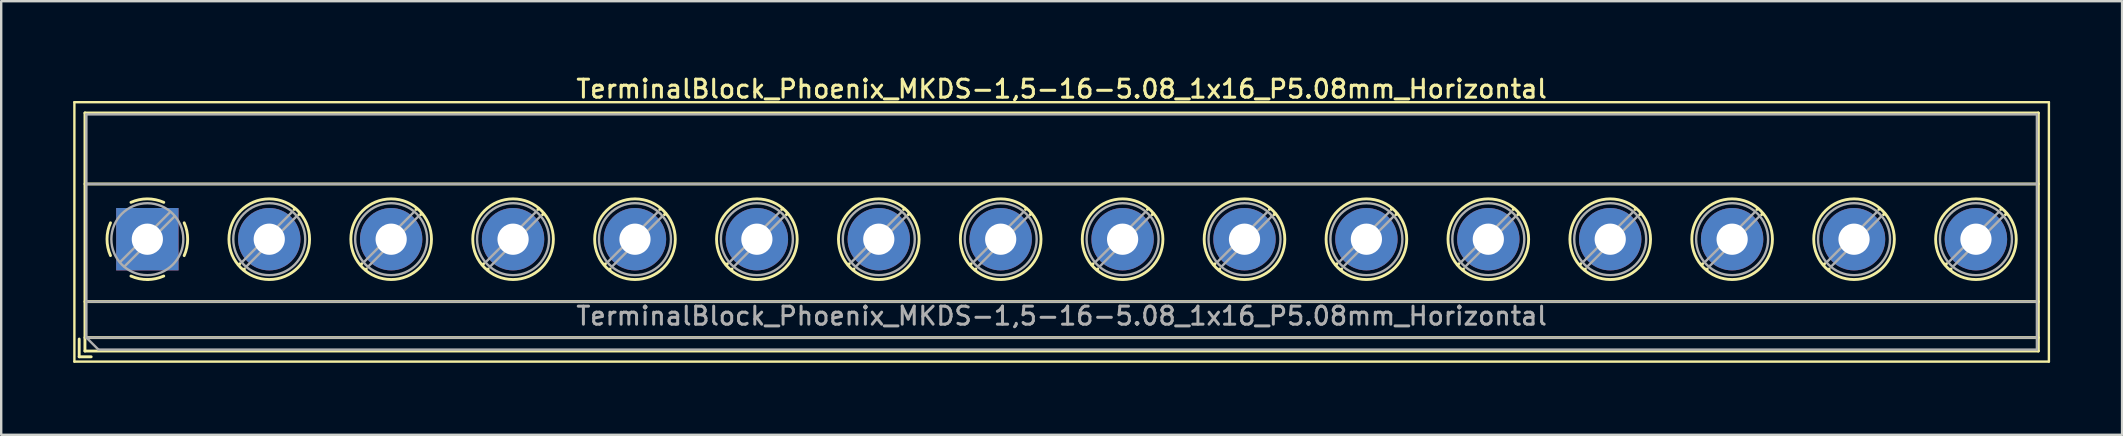
<source format=kicad_pcb>
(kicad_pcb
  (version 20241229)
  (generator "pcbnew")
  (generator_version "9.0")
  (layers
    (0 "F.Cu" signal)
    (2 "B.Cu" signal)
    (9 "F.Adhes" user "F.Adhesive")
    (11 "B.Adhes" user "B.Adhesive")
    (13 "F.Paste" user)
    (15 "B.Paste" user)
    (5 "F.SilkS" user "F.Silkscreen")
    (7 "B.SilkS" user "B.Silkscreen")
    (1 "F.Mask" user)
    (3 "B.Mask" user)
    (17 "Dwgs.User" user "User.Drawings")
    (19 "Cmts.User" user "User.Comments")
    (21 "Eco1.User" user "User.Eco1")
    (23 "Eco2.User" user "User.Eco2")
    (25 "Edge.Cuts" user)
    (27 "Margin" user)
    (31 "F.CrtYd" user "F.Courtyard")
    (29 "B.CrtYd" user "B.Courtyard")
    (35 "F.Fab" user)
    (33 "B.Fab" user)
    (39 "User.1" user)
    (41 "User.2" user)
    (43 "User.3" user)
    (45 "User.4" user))
  (footprint "TerminalBlock_Phoenix_MKDS-1,5-16-5.08_1x16_P5.08mm_Horizontal"
    (layer "F.Cu")
    (at 3.09 6.918)
    (property "Reference" "TerminalBlock_Phoenix_MKDS-1,5-16-5.08_1x16_P5.08mm_Horizontal" (at 38.1 -6.26 0) (layer "F.SilkS") (effects (font (size 0.75 0.75) (thickness 0.125))))
    (attr through_hole)
    (fp_line (start -3.04 -5.71) (end -3.04 5.1) (stroke (width 0.1) (type solid)) (layer "F.SilkS"))
    (fp_line (start -3.04 5.1) (end 79.24 5.1) (stroke (width 0.1) (type solid)) (layer "F.SilkS"))
    (fp_line (start -2.84 4.16) (end -2.84 4.9) (stroke (width 0.12) (type solid)) (layer "F.SilkS"))
    (fp_line (start -2.84 4.9) (end -2.34 4.9) (stroke (width 0.12) (type solid)) (layer "F.SilkS"))
    (fp_line (start -2.6 -5.261) (end -2.6 4.66) (stroke (width 0.12) (type solid)) (layer "F.SilkS"))
    (fp_line (start -2.6 -5.261) (end 78.801 -5.261) (stroke (width 0.12) (type solid)) (layer "F.SilkS"))
    (fp_line (start -2.6 -2.301) (end 78.801 -2.301) (stroke (width 0.12) (type solid)) (layer "F.SilkS"))
    (fp_line (start -2.6 2.6) (end 78.801 2.6) (stroke (width 0.12) (type solid)) (layer "F.SilkS"))
    (fp_line (start -2.6 4.1) (end 78.801 4.1) (stroke (width 0.12) (type solid)) (layer "F.SilkS"))
    (fp_line (start -2.6 4.66) (end 78.801 4.66) (stroke (width 0.12) (type solid)) (layer "F.SilkS"))
    (fp_line (start 3.853 1.023) (end 3.806 1.069) (stroke (width 0.12) (type solid)) (layer "F.SilkS"))
    (fp_line (start 4.046 1.239) (end 4.011 1.274) (stroke (width 0.12) (type solid)) (layer "F.SilkS"))
    (fp_line (start 6.15 -1.275) (end 6.115 -1.239) (stroke (width 0.12) (type solid)) (layer "F.SilkS"))
    (fp_line (start 6.355 -1.069) (end 6.308 -1.023) (stroke (width 0.12) (type solid)) (layer "F.SilkS"))
    (fp_line (start 8.933 1.023) (end 8.886 1.069) (stroke (width 0.12) (type solid)) (layer "F.SilkS"))
    (fp_line (start 9.126 1.239) (end 9.091 1.274) (stroke (width 0.12) (type solid)) (layer "F.SilkS"))
    (fp_line (start 11.23 -1.275) (end 11.195 -1.239) (stroke (width 0.12) (type solid)) (layer "F.SilkS"))
    (fp_line (start 11.435 -1.069) (end 11.388 -1.023) (stroke (width 0.12) (type solid)) (layer "F.SilkS"))
    (fp_line (start 14.013 1.023) (end 13.966 1.069) (stroke (width 0.12) (type solid)) (layer "F.SilkS"))
    (fp_line (start 14.206 1.239) (end 14.171 1.274) (stroke (width 0.12) (type solid)) (layer "F.SilkS"))
    (fp_line (start 16.31 -1.275) (end 16.275 -1.239) (stroke (width 0.12) (type solid)) (layer "F.SilkS"))
    (fp_line (start 16.515 -1.069) (end 16.468 -1.023) (stroke (width 0.12) (type solid)) (layer "F.SilkS"))
    (fp_line (start 19.093 1.023) (end 19.046 1.069) (stroke (width 0.12) (type solid)) (layer "F.SilkS"))
    (fp_line (start 19.286 1.239) (end 19.251 1.274) (stroke (width 0.12) (type solid)) (layer "F.SilkS"))
    (fp_line (start 21.39 -1.275) (end 21.355 -1.239) (stroke (width 0.12) (type solid)) (layer "F.SilkS"))
    (fp_line (start 21.595 -1.069) (end 21.548 -1.023) (stroke (width 0.12) (type solid)) (layer "F.SilkS"))
    (fp_line (start 24.173 1.023) (end 24.126 1.069) (stroke (width 0.12) (type solid)) (layer "F.SilkS"))
    (fp_line (start 24.366 1.239) (end 24.331 1.274) (stroke (width 0.12) (type solid)) (layer "F.SilkS"))
    (fp_line (start 26.47 -1.275) (end 26.435 -1.239) (stroke (width 0.12) (type solid)) (layer "F.SilkS"))
    (fp_line (start 26.675 -1.069) (end 26.628 -1.023) (stroke (width 0.12) (type solid)) (layer "F.SilkS"))
    (fp_line (start 29.253 1.023) (end 29.206 1.069) (stroke (width 0.12) (type solid)) (layer "F.SilkS"))
    (fp_line (start 29.446 1.239) (end 29.411 1.274) (stroke (width 0.12) (type solid)) (layer "F.SilkS"))
    (fp_line (start 31.55 -1.275) (end 31.515 -1.239) (stroke (width 0.12) (type solid)) (layer "F.SilkS"))
    (fp_line (start 31.755 -1.069) (end 31.708 -1.023) (stroke (width 0.12) (type solid)) (layer "F.SilkS"))
    (fp_line (start 34.333 1.023) (end 34.286 1.069) (stroke (width 0.12) (type solid)) (layer "F.SilkS"))
    (fp_line (start 34.526 1.239) (end 34.491 1.274) (stroke (width 0.12) (type solid)) (layer "F.SilkS"))
    (fp_line (start 36.63 -1.275) (end 36.595 -1.239) (stroke (width 0.12) (type solid)) (layer "F.SilkS"))
    (fp_line (start 36.835 -1.069) (end 36.788 -1.023) (stroke (width 0.12) (type solid)) (layer "F.SilkS"))
    (fp_line (start 39.413 1.023) (end 39.366 1.069) (stroke (width 0.12) (type solid)) (layer "F.SilkS"))
    (fp_line (start 39.606 1.239) (end 39.571 1.274) (stroke (width 0.12) (type solid)) (layer "F.SilkS"))
    (fp_line (start 41.71 -1.275) (end 41.675 -1.239) (stroke (width 0.12) (type solid)) (layer "F.SilkS"))
    (fp_line (start 41.915 -1.069) (end 41.868 -1.023) (stroke (width 0.12) (type solid)) (layer "F.SilkS"))
    (fp_line (start 44.493 1.023) (end 44.446 1.069) (stroke (width 0.12) (type solid)) (layer "F.SilkS"))
    (fp_line (start 44.686 1.239) (end 44.651 1.274) (stroke (width 0.12) (type solid)) (layer "F.SilkS"))
    (fp_line (start 46.79 -1.275) (end 46.755 -1.239) (stroke (width 0.12) (type solid)) (layer "F.SilkS"))
    (fp_line (start 46.995 -1.069) (end 46.948 -1.023) (stroke (width 0.12) (type solid)) (layer "F.SilkS"))
    (fp_line (start 49.573 1.023) (end 49.526 1.069) (stroke (width 0.12) (type solid)) (layer "F.SilkS"))
    (fp_line (start 49.766 1.239) (end 49.731 1.274) (stroke (width 0.12) (type solid)) (layer "F.SilkS"))
    (fp_line (start 51.87 -1.275) (end 51.835 -1.239) (stroke (width 0.12) (type solid)) (layer "F.SilkS"))
    (fp_line (start 52.075 -1.069) (end 52.028 -1.023) (stroke (width 0.12) (type solid)) (layer "F.SilkS"))
    (fp_line (start 54.653 1.023) (end 54.606 1.069) (stroke (width 0.12) (type solid)) (layer "F.SilkS"))
    (fp_line (start 54.846 1.239) (end 54.811 1.274) (stroke (width 0.12) (type solid)) (layer "F.SilkS"))
    (fp_line (start 56.95 -1.275) (end 56.915 -1.239) (stroke (width 0.12) (type solid)) (layer "F.SilkS"))
    (fp_line (start 57.155 -1.069) (end 57.108 -1.023) (stroke (width 0.12) (type solid)) (layer "F.SilkS"))
    (fp_line (start 59.733 1.023) (end 59.686 1.069) (stroke (width 0.12) (type solid)) (layer "F.SilkS"))
    (fp_line (start 59.926 1.239) (end 59.891 1.274) (stroke (width 0.12) (type solid)) (layer "F.SilkS"))
    (fp_line (start 62.03 -1.275) (end 61.995 -1.239) (stroke (width 0.12) (type solid)) (layer "F.SilkS"))
    (fp_line (start 62.235 -1.069) (end 62.188 -1.023) (stroke (width 0.12) (type solid)) (layer "F.SilkS"))
    (fp_line (start 64.813 1.023) (end 64.766 1.069) (stroke (width 0.12) (type solid)) (layer "F.SilkS"))
    (fp_line (start 65.006 1.239) (end 64.971 1.274) (stroke (width 0.12) (type solid)) (layer "F.SilkS"))
    (fp_line (start 67.11 -1.275) (end 67.075 -1.239) (stroke (width 0.12) (type solid)) (layer "F.SilkS"))
    (fp_line (start 67.315 -1.069) (end 67.268 -1.023) (stroke (width 0.12) (type solid)) (layer "F.SilkS"))
    (fp_line (start 69.893 1.023) (end 69.846 1.069) (stroke (width 0.12) (type solid)) (layer "F.SilkS"))
    (fp_line (start 70.086 1.239) (end 70.051 1.274) (stroke (width 0.12) (type solid)) (layer "F.SilkS"))
    (fp_line (start 72.19 -1.275) (end 72.155 -1.239) (stroke (width 0.12) (type solid)) (layer "F.SilkS"))
    (fp_line (start 72.395 -1.069) (end 72.348 -1.023) (stroke (width 0.12) (type solid)) (layer "F.SilkS"))
    (fp_line (start 74.973 1.023) (end 74.926 1.069) (stroke (width 0.12) (type solid)) (layer "F.SilkS"))
    (fp_line (start 75.166 1.239) (end 75.131 1.274) (stroke (width 0.12) (type solid)) (layer "F.SilkS"))
    (fp_line (start 77.27 -1.275) (end 77.235 -1.239) (stroke (width 0.12) (type solid)) (layer "F.SilkS"))
    (fp_line (start 77.475 -1.069) (end 77.428 -1.023) (stroke (width 0.12) (type solid)) (layer "F.SilkS"))
    (fp_line (start 78.801 -5.261) (end 78.801 4.66) (stroke (width 0.12) (type solid)) (layer "F.SilkS"))
    (fp_line (start 79.24 -5.71) (end -3.04 -5.71) (stroke (width 0.1) (type solid)) (layer "F.SilkS"))
    (fp_line (start 79.24 5.1) (end 79.24 -5.71) (stroke (width 0.1) (type solid)) (layer "F.SilkS"))
    (fp_arc (start -1.535427 0.683042) (mid -1.680501 -0.000524) (end -1.535 -0.684) (stroke (width 0.12) (type solid)) (layer "F.SilkS"))
    (fp_arc (start -0.683042 -1.535427) (mid 0.000524 -1.680501) (end 0.684 -1.535) (stroke (width 0.12) (type solid)) (layer "F.SilkS"))
    (fp_arc (start 0.028805 1.680253) (mid -0.335551 1.646659) (end -0.684 1.535) (stroke (width 0.12) (type solid)) (layer "F.SilkS"))
    (fp_arc (start 0.683318 1.534756) (mid 0.349292 1.643288) (end 0 1.68) (stroke (width 0.12) (type solid)) (layer "F.SilkS"))
    (fp_arc (start 1.535427 -0.683042) (mid 1.680501 0.000524) (end 1.535 0.684) (stroke (width 0.12) (type solid)) (layer "F.SilkS"))
    (fp_circle (center 5.08 0) (end 6.76 0) (stroke (width 0.12) (type solid)) (fill no) (layer "F.SilkS"))
    (fp_circle (center 10.16 0) (end 11.84 0) (stroke (width 0.12) (type solid)) (fill no) (layer "F.SilkS"))
    (fp_circle (center 15.24 0) (end 16.92 0) (stroke (width 0.12) (type solid)) (fill no) (layer "F.SilkS"))
    (fp_circle (center 20.32 0) (end 22 0) (stroke (width 0.12) (type solid)) (fill no) (layer "F.SilkS"))
    (fp_circle (center 25.4 0) (end 27.08 0) (stroke (width 0.12) (type solid)) (fill no) (layer "F.SilkS"))
    (fp_circle (center 30.48 0) (end 32.16 0) (stroke (width 0.12) (type solid)) (fill no) (layer "F.SilkS"))
    (fp_circle (center 35.56 0) (end 37.24 0) (stroke (width 0.12) (type solid)) (fill no) (layer "F.SilkS"))
    (fp_circle (center 40.64 0) (end 42.32 0) (stroke (width 0.12) (type solid)) (fill no) (layer "F.SilkS"))
    (fp_circle (center 45.72 0) (end 47.4 0) (stroke (width 0.12) (type solid)) (fill no) (layer "F.SilkS"))
    (fp_circle (center 50.8 0) (end 52.48 0) (stroke (width 0.12) (type solid)) (fill no) (layer "F.SilkS"))
    (fp_circle (center 55.88 0) (end 57.56 0) (stroke (width 0.12) (type solid)) (fill no) (layer "F.SilkS"))
    (fp_circle (center 60.96 0) (end 62.64 0) (stroke (width 0.12) (type solid)) (fill no) (layer "F.SilkS"))
    (fp_circle (center 66.04 0) (end 67.72 0) (stroke (width 0.12) (type solid)) (fill no) (layer "F.SilkS"))
    (fp_circle (center 71.12 0) (end 72.8 0) (stroke (width 0.12) (type solid)) (fill no) (layer "F.SilkS"))
    (fp_circle (center 76.2 0) (end 77.88 0) (stroke (width 0.12) (type solid)) (fill no) (layer "F.SilkS"))
    (fp_line (start -2.54 -5.2) (end 78.74 -5.2) (stroke (width 0.1) (type solid)) (layer "F.Fab"))
    (fp_line (start -2.54 -2.3) (end 78.74 -2.3) (stroke (width 0.1) (type solid)) (layer "F.Fab"))
    (fp_line (start -2.54 2.6) (end 78.74 2.6) (stroke (width 0.1) (type solid)) (layer "F.Fab"))
    (fp_line (start -2.54 4.1) (end -2.54 -5.2) (stroke (width 0.1) (type solid)) (layer "F.Fab"))
    (fp_line (start -2.54 4.1) (end 78.74 4.1) (stroke (width 0.1) (type solid)) (layer "F.Fab"))
    (fp_line (start -2.04 4.6) (end -2.54 4.1) (stroke (width 0.1) (type solid)) (layer "F.Fab"))
    (fp_line (start 0.955 -1.138) (end -1.138 0.955) (stroke (width 0.1) (type solid)) (layer "F.Fab"))
    (fp_line (start 1.138 -0.955) (end -0.955 1.138) (stroke (width 0.1) (type solid)) (layer "F.Fab"))
    (fp_line (start 6.035 -1.138) (end 3.943 0.955) (stroke (width 0.1) (type solid)) (layer "F.Fab"))
    (fp_line (start 6.218 -0.955) (end 4.126 1.138) (stroke (width 0.1) (type solid)) (layer "F.Fab"))
    (fp_line (start 11.115 -1.138) (end 9.023 0.955) (stroke (width 0.1) (type solid)) (layer "F.Fab"))
    (fp_line (start 11.298 -0.955) (end 9.206 1.138) (stroke (width 0.1) (type solid)) (layer "F.Fab"))
    (fp_line (start 16.195 -1.138) (end 14.103 0.955) (stroke (width 0.1) (type solid)) (layer "F.Fab"))
    (fp_line (start 16.378 -0.955) (end 14.286 1.138) (stroke (width 0.1) (type solid)) (layer "F.Fab"))
    (fp_line (start 21.275 -1.138) (end 19.183 0.955) (stroke (width 0.1) (type solid)) (layer "F.Fab"))
    (fp_line (start 21.458 -0.955) (end 19.366 1.138) (stroke (width 0.1) (type solid)) (layer "F.Fab"))
    (fp_line (start 26.355 -1.138) (end 24.263 0.955) (stroke (width 0.1) (type solid)) (layer "F.Fab"))
    (fp_line (start 26.538 -0.955) (end 24.446 1.138) (stroke (width 0.1) (type solid)) (layer "F.Fab"))
    (fp_line (start 31.435 -1.138) (end 29.343 0.955) (stroke (width 0.1) (type solid)) (layer "F.Fab"))
    (fp_line (start 31.618 -0.955) (end 29.526 1.138) (stroke (width 0.1) (type solid)) (layer "F.Fab"))
    (fp_line (start 36.515 -1.138) (end 34.423 0.955) (stroke (width 0.1) (type solid)) (layer "F.Fab"))
    (fp_line (start 36.698 -0.955) (end 34.606 1.138) (stroke (width 0.1) (type solid)) (layer "F.Fab"))
    (fp_line (start 41.595 -1.138) (end 39.503 0.955) (stroke (width 0.1) (type solid)) (layer "F.Fab"))
    (fp_line (start 41.778 -0.955) (end 39.686 1.138) (stroke (width 0.1) (type solid)) (layer "F.Fab"))
    (fp_line (start 46.675 -1.138) (end 44.583 0.955) (stroke (width 0.1) (type solid)) (layer "F.Fab"))
    (fp_line (start 46.858 -0.955) (end 44.766 1.138) (stroke (width 0.1) (type solid)) (layer "F.Fab"))
    (fp_line (start 51.755 -1.138) (end 49.663 0.955) (stroke (width 0.1) (type solid)) (layer "F.Fab"))
    (fp_line (start 51.938 -0.955) (end 49.846 1.138) (stroke (width 0.1) (type solid)) (layer "F.Fab"))
    (fp_line (start 56.835 -1.138) (end 54.743 0.955) (stroke (width 0.1) (type solid)) (layer "F.Fab"))
    (fp_line (start 57.018 -0.955) (end 54.926 1.138) (stroke (width 0.1) (type solid)) (layer "F.Fab"))
    (fp_line (start 61.915 -1.138) (end 59.823 0.955) (stroke (width 0.1) (type solid)) (layer "F.Fab"))
    (fp_line (start 62.098 -0.955) (end 60.006 1.138) (stroke (width 0.1) (type solid)) (layer "F.Fab"))
    (fp_line (start 66.995 -1.138) (end 64.903 0.955) (stroke (width 0.1) (type solid)) (layer "F.Fab"))
    (fp_line (start 67.178 -0.955) (end 65.086 1.138) (stroke (width 0.1) (type solid)) (layer "F.Fab"))
    (fp_line (start 72.075 -1.138) (end 69.983 0.955) (stroke (width 0.1) (type solid)) (layer "F.Fab"))
    (fp_line (start 72.258 -0.955) (end 70.166 1.138) (stroke (width 0.1) (type solid)) (layer "F.Fab"))
    (fp_line (start 77.155 -1.138) (end 75.063 0.955) (stroke (width 0.1) (type solid)) (layer "F.Fab"))
    (fp_line (start 77.338 -0.955) (end 75.246 1.138) (stroke (width 0.1) (type solid)) (layer "F.Fab"))
    (fp_line (start 78.74 -5.2) (end 78.74 4.6) (stroke (width 0.1) (type solid)) (layer "F.Fab"))
    (fp_line (start 78.74 4.6) (end -2.04 4.6) (stroke (width 0.1) (type solid)) (layer "F.Fab"))
    (fp_circle (center 0 0) (end 1.5 0) (stroke (width 0.1) (type solid)) (fill no) (layer "F.Fab"))
    (fp_circle (center 5.08 0) (end 6.58 0) (stroke (width 0.1) (type solid)) (fill no) (layer "F.Fab"))
    (fp_circle (center 10.16 0) (end 11.66 0) (stroke (width 0.1) (type solid)) (fill no) (layer "F.Fab"))
    (fp_circle (center 15.24 0) (end 16.74 0) (stroke (width 0.1) (type solid)) (fill no) (layer "F.Fab"))
    (fp_circle (center 20.32 0) (end 21.82 0) (stroke (width 0.1) (type solid)) (fill no) (layer "F.Fab"))
    (fp_circle (center 25.4 0) (end 26.9 0) (stroke (width 0.1) (type solid)) (fill no) (layer "F.Fab"))
    (fp_circle (center 30.48 0) (end 31.98 0) (stroke (width 0.1) (type solid)) (fill no) (layer "F.Fab"))
    (fp_circle (center 35.56 0) (end 37.06 0) (stroke (width 0.1) (type solid)) (fill no) (layer "F.Fab"))
    (fp_circle (center 40.64 0) (end 42.14 0) (stroke (width 0.1) (type solid)) (fill no) (layer "F.Fab"))
    (fp_circle (center 45.72 0) (end 47.22 0) (stroke (width 0.1) (type solid)) (fill no) (layer "F.Fab"))
    (fp_circle (center 50.8 0) (end 52.3 0) (stroke (width 0.1) (type solid)) (fill no) (layer "F.Fab"))
    (fp_circle (center 55.88 0) (end 57.38 0) (stroke (width 0.1) (type solid)) (fill no) (layer "F.Fab"))
    (fp_circle (center 60.96 0) (end 62.46 0) (stroke (width 0.1) (type solid)) (fill no) (layer "F.Fab"))
    (fp_circle (center 66.04 0) (end 67.54 0) (stroke (width 0.1) (type solid)) (fill no) (layer "F.Fab"))
    (fp_circle (center 71.12 0) (end 72.62 0) (stroke (width 0.1) (type solid)) (fill no) (layer "F.Fab"))
    (fp_circle (center 76.2 0) (end 77.7 0) (stroke (width 0.1) (type solid)) (fill no) (layer "F.Fab"))
    (fp_text user "${REFERENCE}" (at 38.1 3.2 0) (layer "F.Fab") (effects (font (size 0.75 0.75) (thickness 0.125))))
    (pad "1" thru_hole rect (at 0 0) (size 2.6 2.6) (drill 1.3) (layers "*.Cu" "*.Mask"))
    (pad "2" thru_hole circle (at 5.08 0) (size 2.6 2.6) (drill 1.3) (layers "*.Cu" "*.Mask"))
    (pad "3" thru_hole circle (at 10.16 0) (size 2.6 2.6) (drill 1.3) (layers "*.Cu" "*.Mask"))
    (pad "4" thru_hole circle (at 15.24 0) (size 2.6 2.6) (drill 1.3) (layers "*.Cu" "*.Mask"))
    (pad "5" thru_hole circle (at 20.32 0) (size 2.6 2.6) (drill 1.3) (layers "*.Cu" "*.Mask"))
    (pad "6" thru_hole circle (at 25.4 0) (size 2.6 2.6) (drill 1.3) (layers "*.Cu" "*.Mask"))
    (pad "7" thru_hole circle (at 30.48 0) (size 2.6 2.6) (drill 1.3) (layers "*.Cu" "*.Mask"))
    (pad "8" thru_hole circle (at 35.56 0) (size 2.6 2.6) (drill 1.3) (layers "*.Cu" "*.Mask"))
    (pad "9" thru_hole circle (at 40.64 0) (size 2.6 2.6) (drill 1.3) (layers "*.Cu" "*.Mask"))
    (pad "10" thru_hole circle (at 45.72 0) (size 2.6 2.6) (drill 1.3) (layers "*.Cu" "*.Mask"))
    (pad "11" thru_hole circle (at 50.8 0) (size 2.6 2.6) (drill 1.3) (layers "*.Cu" "*.Mask"))
    (pad "12" thru_hole circle (at 55.88 0) (size 2.6 2.6) (drill 1.3) (layers "*.Cu" "*.Mask"))
    (pad "13" thru_hole circle (at 60.96 0) (size 2.6 2.6) (drill 1.3) (layers "*.Cu" "*.Mask"))
    (pad "14" thru_hole circle (at 66.04 0) (size 2.6 2.6) (drill 1.3) (layers "*.Cu" "*.Mask"))
    (pad "15" thru_hole circle (at 71.12 0) (size 2.6 2.6) (drill 1.3) (layers "*.Cu" "*.Mask"))
    (pad "16" thru_hole circle (at 76.2 0) (size 2.6 2.6) (drill 1.3) (layers "*.Cu" "*.Mask")))
  (gr_rect
    (start -3 -3)
    (end 85.38 15.068)
    (stroke (width 0.1) (type default))
    (fill no)
    (layer "Edge.Cuts")))
</source>
